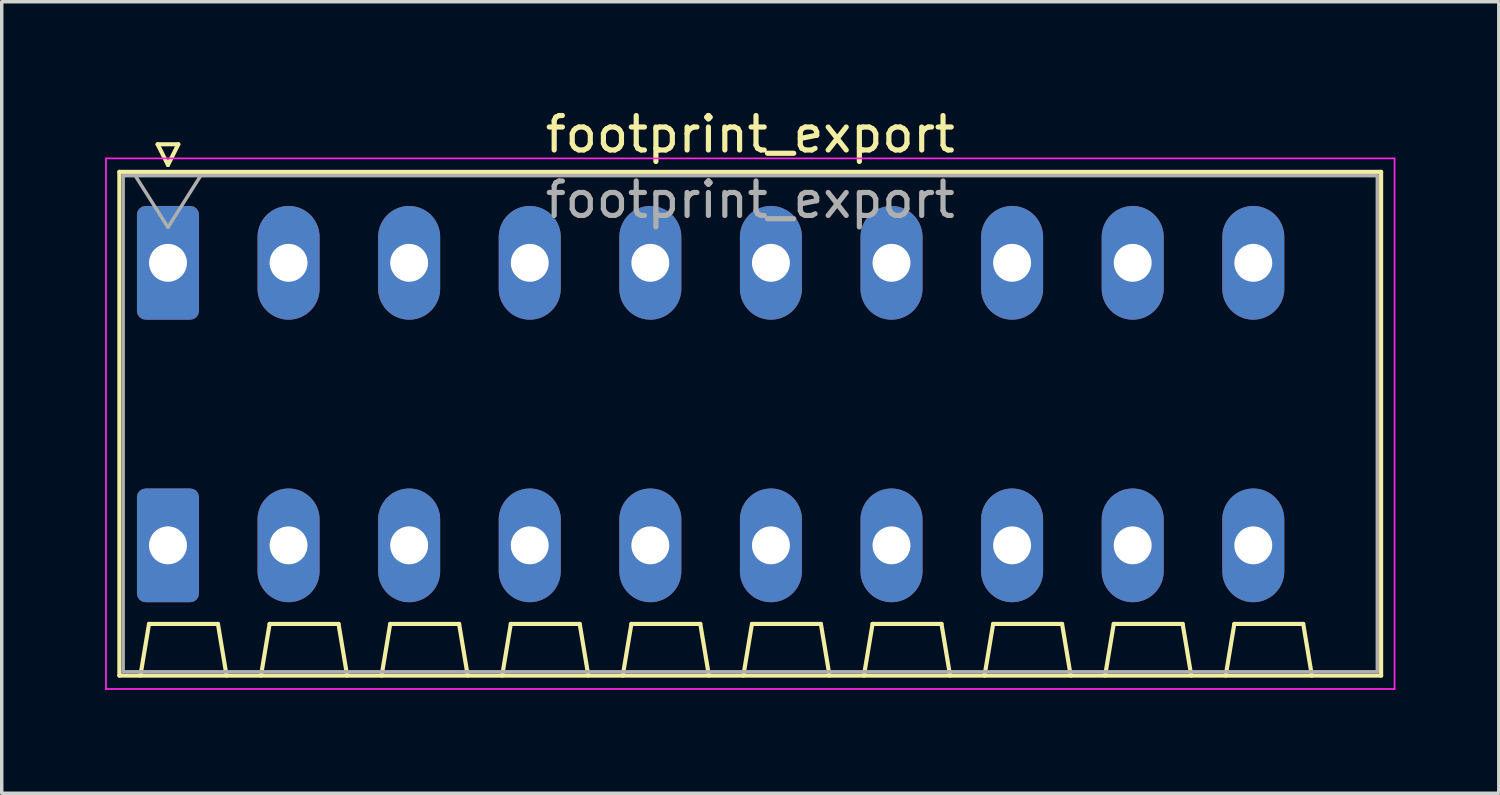
<source format=kicad_pcb>
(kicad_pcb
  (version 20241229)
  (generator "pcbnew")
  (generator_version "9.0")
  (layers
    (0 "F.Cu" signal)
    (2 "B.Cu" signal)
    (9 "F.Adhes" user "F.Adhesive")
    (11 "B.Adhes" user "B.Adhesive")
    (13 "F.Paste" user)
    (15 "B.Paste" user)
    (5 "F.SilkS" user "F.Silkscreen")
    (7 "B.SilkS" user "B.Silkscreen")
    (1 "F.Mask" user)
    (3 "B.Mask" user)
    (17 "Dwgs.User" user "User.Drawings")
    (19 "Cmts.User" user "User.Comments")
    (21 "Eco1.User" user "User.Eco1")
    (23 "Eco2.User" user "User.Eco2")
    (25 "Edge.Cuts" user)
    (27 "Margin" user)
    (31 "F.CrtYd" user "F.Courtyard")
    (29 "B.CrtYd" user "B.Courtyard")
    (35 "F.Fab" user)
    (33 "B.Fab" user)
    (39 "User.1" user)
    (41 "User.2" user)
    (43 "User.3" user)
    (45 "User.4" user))
  (footprint "footprint_export"
    (layer "F.Cu")
    (at 1.825 4.578)
    (property "Reference" "footprint_export" (at 16.9 -3.73 0) (layer "F.SilkS") (effects (font (size 1 1) (thickness 0.15))))
    (attr through_hole)
    (fp_line (start -1.41 -2.64) (end 35.21 -2.64) (stroke (width 0.12) (type solid)) (layer "F.SilkS"))
    (fp_line (start -1.41 11.98) (end -1.41 -2.64) (stroke (width 0.12) (type solid)) (layer "F.SilkS"))
    (fp_line (start -0.8 11.98) (end -0.55 10.48) (stroke (width 0.12) (type solid)) (layer "F.SilkS"))
    (fp_line (start -0.55 10.48) (end 1.45 10.48) (stroke (width 0.12) (type solid)) (layer "F.SilkS"))
    (fp_line (start -0.3 -3.44) (end 0 -2.84) (stroke (width 0.12) (type solid)) (layer "F.SilkS"))
    (fp_line (start -0.3 -3.44) (end 0.3 -3.44) (stroke (width 0.12) (type solid)) (layer "F.SilkS"))
    (fp_line (start 0.3 -3.44) (end 0 -2.84) (stroke (width 0.12) (type solid)) (layer "F.SilkS"))
    (fp_line (start 1.7 11.98) (end 1.45 10.48) (stroke (width 0.12) (type solid)) (layer "F.SilkS"))
    (fp_line (start 2.7 11.98) (end 2.95 10.48) (stroke (width 0.12) (type solid)) (layer "F.SilkS"))
    (fp_line (start 2.95 10.48) (end 4.95 10.48) (stroke (width 0.12) (type solid)) (layer "F.SilkS"))
    (fp_line (start 5.2 11.98) (end 4.95 10.48) (stroke (width 0.12) (type solid)) (layer "F.SilkS"))
    (fp_line (start 6.2 11.98) (end 6.45 10.48) (stroke (width 0.12) (type solid)) (layer "F.SilkS"))
    (fp_line (start 6.45 10.48) (end 8.45 10.48) (stroke (width 0.12) (type solid)) (layer "F.SilkS"))
    (fp_line (start 8.7 11.98) (end 8.45 10.48) (stroke (width 0.12) (type solid)) (layer "F.SilkS"))
    (fp_line (start 9.7 11.98) (end 9.95 10.48) (stroke (width 0.12) (type solid)) (layer "F.SilkS"))
    (fp_line (start 9.95 10.48) (end 11.95 10.48) (stroke (width 0.12) (type solid)) (layer "F.SilkS"))
    (fp_line (start 12.2 11.98) (end 11.95 10.48) (stroke (width 0.12) (type solid)) (layer "F.SilkS"))
    (fp_line (start 13.2 11.98) (end 13.45 10.48) (stroke (width 0.12) (type solid)) (layer "F.SilkS"))
    (fp_line (start 13.45 10.48) (end 15.45 10.48) (stroke (width 0.12) (type solid)) (layer "F.SilkS"))
    (fp_line (start 15.7 11.98) (end 15.45 10.48) (stroke (width 0.12) (type solid)) (layer "F.SilkS"))
    (fp_line (start 16.7 11.98) (end 16.95 10.48) (stroke (width 0.12) (type solid)) (layer "F.SilkS"))
    (fp_line (start 16.95 10.48) (end 18.95 10.48) (stroke (width 0.12) (type solid)) (layer "F.SilkS"))
    (fp_line (start 19.2 11.98) (end 18.95 10.48) (stroke (width 0.12) (type solid)) (layer "F.SilkS"))
    (fp_line (start 20.2 11.98) (end 20.45 10.48) (stroke (width 0.12) (type solid)) (layer "F.SilkS"))
    (fp_line (start 20.45 10.48) (end 22.45 10.48) (stroke (width 0.12) (type solid)) (layer "F.SilkS"))
    (fp_line (start 22.7 11.98) (end 22.45 10.48) (stroke (width 0.12) (type solid)) (layer "F.SilkS"))
    (fp_line (start 23.7 11.98) (end 23.95 10.48) (stroke (width 0.12) (type solid)) (layer "F.SilkS"))
    (fp_line (start 23.95 10.48) (end 25.95 10.48) (stroke (width 0.12) (type solid)) (layer "F.SilkS"))
    (fp_line (start 26.2 11.98) (end 25.95 10.48) (stroke (width 0.12) (type solid)) (layer "F.SilkS"))
    (fp_line (start 27.2 11.98) (end 27.45 10.48) (stroke (width 0.12) (type solid)) (layer "F.SilkS"))
    (fp_line (start 27.45 10.48) (end 29.45 10.48) (stroke (width 0.12) (type solid)) (layer "F.SilkS"))
    (fp_line (start 29.7 11.98) (end 29.45 10.48) (stroke (width 0.12) (type solid)) (layer "F.SilkS"))
    (fp_line (start 30.7 11.98) (end 30.95 10.48) (stroke (width 0.12) (type solid)) (layer "F.SilkS"))
    (fp_line (start 30.95 10.48) (end 32.95 10.48) (stroke (width 0.12) (type solid)) (layer "F.SilkS"))
    (fp_line (start 33.2 11.98) (end 32.95 10.48) (stroke (width 0.12) (type solid)) (layer "F.SilkS"))
    (fp_line (start 35.21 -2.64) (end 35.21 11.98) (stroke (width 0.12) (type solid)) (layer "F.SilkS"))
    (fp_line (start 35.21 11.98) (end -1.41 11.98) (stroke (width 0.12) (type solid)) (layer "F.SilkS"))
    (fp_line (start -1.8 -3.03) (end -1.8 12.37) (stroke (width 0.05) (type solid)) (layer "F.CrtYd"))
    (fp_line (start -1.8 12.37) (end 35.6 12.37) (stroke (width 0.05) (type solid)) (layer "F.CrtYd"))
    (fp_line (start 35.6 -3.03) (end -1.8 -3.03) (stroke (width 0.05) (type solid)) (layer "F.CrtYd"))
    (fp_line (start 35.6 12.37) (end 35.6 -3.03) (stroke (width 0.05) (type solid)) (layer "F.CrtYd"))
    (fp_line (start -1.3 -2.53) (end -1.3 11.87) (stroke (width 0.1) (type solid)) (layer "F.Fab"))
    (fp_line (start -1.3 11.87) (end 35.1 11.87) (stroke (width 0.1) (type solid)) (layer "F.Fab"))
    (fp_line (start -0.95 -2.53) (end 0 -1.03) (stroke (width 0.1) (type solid)) (layer "F.Fab"))
    (fp_line (start 0.95 -2.53) (end 0 -1.03) (stroke (width 0.1) (type solid)) (layer "F.Fab"))
    (fp_line (start 35.1 -2.53) (end -1.3 -2.53) (stroke (width 0.1) (type solid)) (layer "F.Fab"))
    (fp_line (start 35.1 11.87) (end 35.1 -2.53) (stroke (width 0.1) (type solid)) (layer "F.Fab"))
    (fp_text user "${REFERENCE}" (at 16.9 -1.83 0) (layer "F.Fab") (effects (font (size 1 1) (thickness 0.15))))
    (pad "1" thru_hole roundrect (at 0 0) (size 1.8 3.3) (drill 1.1) (layers "*.Cu" "*.Mask") (roundrect_rratio 0.139))
    (pad "1" thru_hole roundrect (at 0 8.2) (size 1.8 3.3) (drill 1.1) (layers "*.Cu" "*.Mask") (roundrect_rratio 0.139))
    (pad "2" thru_hole oval (at 3.5 0) (size 1.8 3.3) (drill 1.1) (layers "*.Cu" "*.Mask"))
    (pad "2" thru_hole oval (at 3.5 8.2) (size 1.8 3.3) (drill 1.1) (layers "*.Cu" "*.Mask"))
    (pad "3" thru_hole oval (at 7 0) (size 1.8 3.3) (drill 1.1) (layers "*.Cu" "*.Mask"))
    (pad "3" thru_hole oval (at 7 8.2) (size 1.8 3.3) (drill 1.1) (layers "*.Cu" "*.Mask"))
    (pad "4" thru_hole oval (at 10.5 0) (size 1.8 3.3) (drill 1.1) (layers "*.Cu" "*.Mask"))
    (pad "4" thru_hole oval (at 10.5 8.2) (size 1.8 3.3) (drill 1.1) (layers "*.Cu" "*.Mask"))
    (pad "5" thru_hole oval (at 14 0) (size 1.8 3.3) (drill 1.1) (layers "*.Cu" "*.Mask"))
    (pad "5" thru_hole oval (at 14 8.2) (size 1.8 3.3) (drill 1.1) (layers "*.Cu" "*.Mask"))
    (pad "6" thru_hole oval (at 17.5 0) (size 1.8 3.3) (drill 1.1) (layers "*.Cu" "*.Mask"))
    (pad "6" thru_hole oval (at 17.5 8.2) (size 1.8 3.3) (drill 1.1) (layers "*.Cu" "*.Mask"))
    (pad "7" thru_hole oval (at 21 0) (size 1.8 3.3) (drill 1.1) (layers "*.Cu" "*.Mask"))
    (pad "7" thru_hole oval (at 21 8.2) (size 1.8 3.3) (drill 1.1) (layers "*.Cu" "*.Mask"))
    (pad "8" thru_hole oval (at 24.5 0) (size 1.8 3.3) (drill 1.1) (layers "*.Cu" "*.Mask"))
    (pad "8" thru_hole oval (at 24.5 8.2) (size 1.8 3.3) (drill 1.1) (layers "*.Cu" "*.Mask"))
    (pad "9" thru_hole oval (at 28 0) (size 1.8 3.3) (drill 1.1) (layers "*.Cu" "*.Mask"))
    (pad "9" thru_hole oval (at 28 8.2) (size 1.8 3.3) (drill 1.1) (layers "*.Cu" "*.Mask"))
    (pad "10" thru_hole oval (at 31.5 0) (size 1.8 3.3) (drill 1.1) (layers "*.Cu" "*.Mask"))
    (pad "10" thru_hole oval (at 31.5 8.2) (size 1.8 3.3) (drill 1.1) (layers "*.Cu" "*.Mask")))
  (gr_rect
    (start -3 -3)
    (end 40.45 19.973)
    (stroke (width 0.1) (type default))
    (fill no)
    (layer "Edge.Cuts")))
</source>
